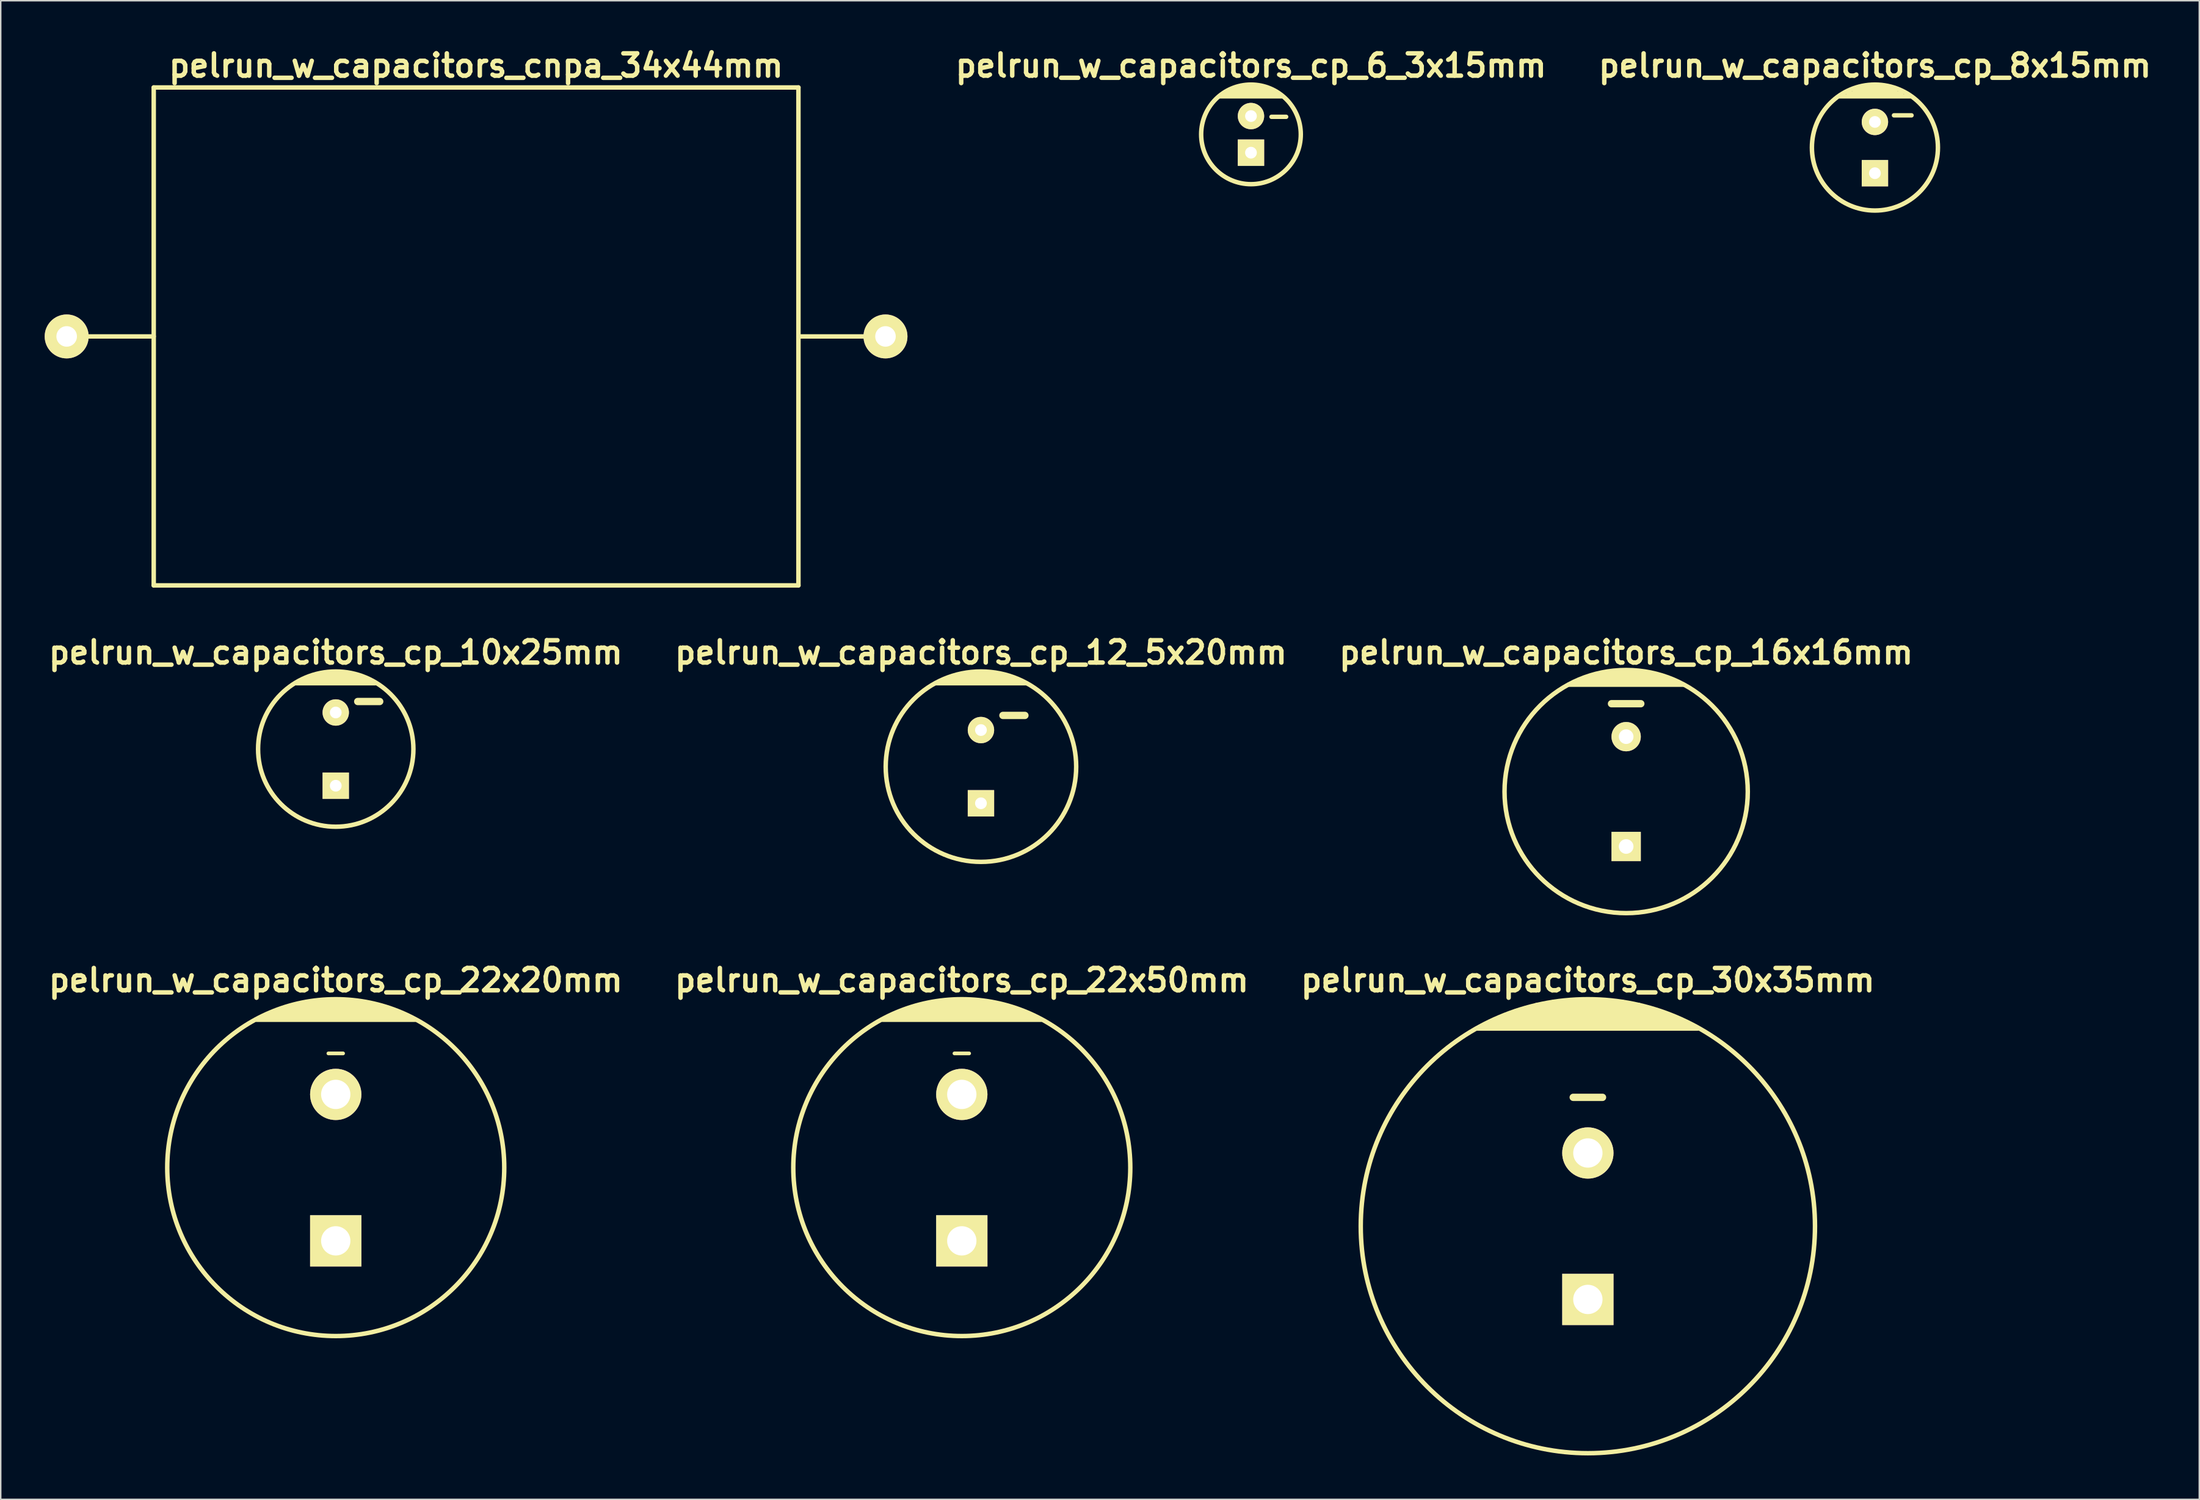
<source format=kicad_pcb>
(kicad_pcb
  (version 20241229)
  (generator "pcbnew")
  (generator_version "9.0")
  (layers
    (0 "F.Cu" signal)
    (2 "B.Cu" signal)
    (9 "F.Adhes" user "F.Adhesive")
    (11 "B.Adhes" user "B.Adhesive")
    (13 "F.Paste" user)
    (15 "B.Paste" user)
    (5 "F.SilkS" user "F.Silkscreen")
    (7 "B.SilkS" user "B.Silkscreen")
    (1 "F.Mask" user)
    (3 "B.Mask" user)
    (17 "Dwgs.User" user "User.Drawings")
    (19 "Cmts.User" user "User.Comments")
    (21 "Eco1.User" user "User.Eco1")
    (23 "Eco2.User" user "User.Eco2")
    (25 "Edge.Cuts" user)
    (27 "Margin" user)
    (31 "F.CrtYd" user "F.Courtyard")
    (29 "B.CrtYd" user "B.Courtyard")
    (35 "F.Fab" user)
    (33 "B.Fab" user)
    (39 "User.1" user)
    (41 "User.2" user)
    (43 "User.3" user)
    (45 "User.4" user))
  (footprint "pelrun_w_capacitors_cp_22x50mm"
    (layer "F.Cu")
    (at 62.588 76.681)
    (property "Reference" "pelrun_w_capacitors_cp_22x50mm" (at 0 -12.8 0) (layer "F.SilkS") (effects (font (size 1.524 1.524) (thickness 0.305))))
    (attr through_hole)
    (fp_line (start -5.4 -10.1) (end 5.4 -10.1) (stroke (width 0.305) (type solid)) (layer "F.SilkS"))
    (fp_line (start -4.5 -10.5) (end 4.5 -10.5) (stroke (width 0.305) (type solid)) (layer "F.SilkS"))
    (fp_line (start -3.5 -10.9) (end 3.5 -10.9) (stroke (width 0.305) (type solid)) (layer "F.SilkS"))
    (fp_line (start -2.9 -11.1) (end 2.9 -11.1) (stroke (width 0.305) (type solid)) (layer "F.SilkS"))
    (fp_line (start -2 -11.3) (end 2 -11.3) (stroke (width 0.305) (type solid)) (layer "F.SilkS"))
    (fp_line (start -0.5 -7.8) (end 0.5 -7.8) (stroke (width 0.254) (type solid)) (layer "F.SilkS"))
    (fp_line (start 4.1 -10.7) (end -4.1 -10.7) (stroke (width 0.305) (type solid)) (layer "F.SilkS"))
    (fp_line (start 5 -10.3) (end -5 -10.3) (stroke (width 0.305) (type solid)) (layer "F.SilkS"))
    (fp_circle (center 0 0) (end -11.5 0) (stroke (width 0.305) (type solid)) (fill no) (layer "F.SilkS"))
    (pad "1" thru_hole rect (at 0 5) (size 3.5 3.5) (drill 2) (layers "*.Cu" "*.Mask" "F.SilkS"))
    (pad "2" thru_hole circle (at 0 -5) (size 3.5 3.5) (drill 2) (layers "*.Cu" "*.Mask" "F.SilkS")))
  (footprint "pelrun_w_capacitors_cp_30x35mm"
    (layer "F.Cu")
    (at 105.314 80.681)
    (property "Reference" "pelrun_w_capacitors_cp_30x35mm" (at 0 -16.8 0) (layer "F.SilkS") (effects (font (size 1.524 1.524) (thickness 0.305))))
    (attr through_hole)
    (fp_line (start -7.6 -13.5) (end 7.5 -13.5) (stroke (width 0.305) (type solid)) (layer "F.SilkS"))
    (fp_line (start -6.8 -13.9) (end 6.8 -13.9) (stroke (width 0.305) (type solid)) (layer "F.SilkS"))
    (fp_line (start -6.4 -14.1) (end 6.4 -14.1) (stroke (width 0.305) (type solid)) (layer "F.SilkS"))
    (fp_line (start -5.4 -14.5) (end 5.4 -14.5) (stroke (width 0.305) (type solid)) (layer "F.SilkS"))
    (fp_line (start -4.9 -14.7) (end 4.9 -14.7) (stroke (width 0.305) (type solid)) (layer "F.SilkS"))
    (fp_line (start -4.2 -14.9) (end 4.2 -14.9) (stroke (width 0.305) (type solid)) (layer "F.SilkS"))
    (fp_line (start -3.5 -15.1) (end 3.5 -15.1) (stroke (width 0.305) (type solid)) (layer "F.SilkS"))
    (fp_line (start -2.4 -15.3) (end 2.4 -15.3) (stroke (width 0.305) (type solid)) (layer "F.SilkS"))
    (fp_line (start -1 -8.8) (end 1 -8.8) (stroke (width 0.5) (type solid)) (layer "F.SilkS"))
    (fp_line (start 5.9 -14.3) (end -5.9 -14.3) (stroke (width 0.305) (type solid)) (layer "F.SilkS"))
    (fp_line (start 7.2 -13.7) (end -7.2 -13.7) (stroke (width 0.305) (type solid)) (layer "F.SilkS"))
    (fp_circle (center 0 0) (end -15.5 0) (stroke (width 0.305) (type solid)) (fill no) (layer "F.SilkS"))
    (pad "1" thru_hole rect (at 0 5) (size 3.5 3.5) (drill 2) (layers "*.Cu" "*.Mask" "F.SilkS"))
    (pad "2" thru_hole circle (at 0 -5) (size 3.5 3.5) (drill 2) (layers "*.Cu" "*.Mask" "F.SilkS")))
  (footprint "pelrun_w_capacitors_cp_12_5x20mm"
    (layer "F.Cu")
    (at 63.895 49.302)
    (property "Reference" "pelrun_w_capacitors_cp_12_5x20mm" (at 0 -7.8 0) (layer "F.SilkS") (effects (font (size 1.524 1.524) (thickness 0.305))))
    (attr through_hole)
    (fp_line (start -3.1 -5.7) (end 3.1 -5.7) (stroke (width 0.305) (type solid)) (layer "F.SilkS"))
    (fp_line (start -1.4 -6.3) (end 1.4 -6.3) (stroke (width 0.305) (type solid)) (layer "F.SilkS"))
    (fp_line (start 1.5 -3.5) (end 3 -3.5) (stroke (width 0.5) (type solid)) (layer "F.SilkS"))
    (fp_line (start 2 -6.1) (end -2 -6.1) (stroke (width 0.305) (type solid)) (layer "F.SilkS"))
    (fp_line (start 2.4 -5.9) (end -2.4 -5.9) (stroke (width 0.305) (type solid)) (layer "F.SilkS"))
    (fp_circle (center 0 0) (end -6.5 0) (stroke (width 0.305) (type solid)) (fill no) (layer "F.SilkS"))
    (pad "1" thru_hole rect (at 0 2.5) (size 1.8 1.8) (drill 0.8) (layers "*.Cu" "*.Mask" "F.SilkS"))
    (pad "2" thru_hole circle (at 0 -2.5) (size 1.8 1.8) (drill 0.8) (layers "*.Cu" "*.Mask" "F.SilkS")))
  (footprint "pelrun_w_capacitors_cp_8x15mm"
    (layer "F.Cu")
    (at 124.904 7.026)
    (property "Reference" "pelrun_w_capacitors_cp_8x15mm" (at 0 -5.6 0) (layer "F.SilkS") (effects (font (size 1.524 1.524) (thickness 0.305))))
    (attr through_hole)
    (fp_line (start -2.4 -3.5) (end 2.4 -3.5) (stroke (width 0.305) (type solid)) (layer "F.SilkS"))
    (fp_line (start -1.8 -3.7) (end 1.8 -3.7) (stroke (width 0.305) (type solid)) (layer "F.SilkS"))
    (fp_line (start -1.4 -3.9) (end 1.4 -3.9) (stroke (width 0.305) (type solid)) (layer "F.SilkS"))
    (fp_line (start -0.8 -4.1) (end 0.9 -4.1) (stroke (width 0.305) (type solid)) (layer "F.SilkS"))
    (fp_line (start 1.3 -2.2) (end 2.5 -2.2) (stroke (width 0.3) (type solid)) (layer "F.SilkS"))
    (fp_circle (center 0 0) (end -4.3 0) (stroke (width 0.305) (type solid)) (fill no) (layer "F.SilkS"))
    (pad "1" thru_hole rect (at 0 1.75) (size 1.8 1.8) (drill 0.8) (layers "*.Cu" "*.Mask" "F.SilkS"))
    (pad "2" thru_hole circle (at 0 -1.75) (size 1.8 1.8) (drill 0.8) (layers "*.Cu" "*.Mask" "F.SilkS")))
  (footprint "pelrun_w_capacitors_cp_6_3x15mm"
    (layer "F.Cu")
    (at 82.323 6.126)
    (property "Reference" "pelrun_w_capacitors_cp_6_3x15mm" (at 0 -4.7 0) (layer "F.SilkS") (effects (font (size 1.524 1.524) (thickness 0.305))))
    (attr through_hole)
    (fp_line (start -2.1 -2.6) (end 2.1 -2.6) (stroke (width 0.305) (type solid)) (layer "F.SilkS"))
    (fp_line (start -1.8 -2.8) (end 1.8 -2.8) (stroke (width 0.305) (type solid)) (layer "F.SilkS"))
    (fp_line (start -1.4 -3) (end 1.4 -3) (stroke (width 0.305) (type solid)) (layer "F.SilkS"))
    (fp_line (start -0.8 -3.2) (end 0.9 -3.2) (stroke (width 0.305) (type solid)) (layer "F.SilkS"))
    (fp_line (start 1.4 -1.2) (end 2.4 -1.2) (stroke (width 0.3) (type solid)) (layer "F.SilkS"))
    (fp_circle (center 0 0) (end -3.4 0) (stroke (width 0.305) (type solid)) (fill no) (layer "F.SilkS"))
    (pad "1" thru_hole rect (at 0 1.25) (size 1.8 1.8) (drill 0.8) (layers "*.Cu" "*.Mask" "F.SilkS"))
    (pad "2" thru_hole circle (at 0 -1.25) (size 1.8 1.8) (drill 0.8) (layers "*.Cu" "*.Mask" "F.SilkS")))
  (footprint "pelrun_w_capacitors_cp_10x25mm"
    (layer "F.Cu")
    (at 19.863 48.102)
    (property "Reference" "pelrun_w_capacitors_cp_10x25mm" (at 0 -6.6 0) (layer "F.SilkS") (effects (font (size 1.524 1.524) (thickness 0.305))))
    (attr through_hole)
    (fp_line (start -2.7 -4.5) (end 2.7 -4.5) (stroke (width 0.305) (type solid)) (layer "F.SilkS"))
    (fp_line (start -1.3 -5.1) (end 1.3 -5.1) (stroke (width 0.305) (type solid)) (layer "F.SilkS"))
    (fp_line (start 1.5 -3.25) (end 3 -3.25) (stroke (width 0.5) (type solid)) (layer "F.SilkS"))
    (fp_line (start 1.9 -4.9) (end -1.9 -4.9) (stroke (width 0.305) (type solid)) (layer "F.SilkS"))
    (fp_line (start 2.3 -4.7) (end -2.3 -4.7) (stroke (width 0.305) (type solid)) (layer "F.SilkS"))
    (fp_circle (center 0 0) (end -5.3 0) (stroke (width 0.305) (type solid)) (fill no) (layer "F.SilkS"))
    (pad "1" thru_hole rect (at 0 2.5) (size 1.8 1.8) (drill 0.8) (layers "*.Cu" "*.Mask" "F.SilkS"))
    (pad "2" thru_hole circle (at 0 -2.5) (size 1.8 1.8) (drill 0.8) (layers "*.Cu" "*.Mask" "F.SilkS")))
  (footprint "pelrun_w_capacitors_cp_16x16mm"
    (layer "F.Cu")
    (at 107.927 51.002)
    (property "Reference" "pelrun_w_capacitors_cp_16x16mm" (at 0 -9.5 0) (layer "F.SilkS") (effects (font (size 1.524 1.524) (thickness 0.305))))
    (attr through_hole)
    (fp_line (start -3.4 -7.5) (end 3.4 -7.5) (stroke (width 0.305) (type solid)) (layer "F.SilkS"))
    (fp_line (start -2.4 -7.9) (end 2.4 -7.9) (stroke (width 0.305) (type solid)) (layer "F.SilkS"))
    (fp_line (start -1.7 -8.1) (end 1.7 -8.1) (stroke (width 0.305) (type solid)) (layer "F.SilkS"))
    (fp_line (start -1 -6) (end 1 -6) (stroke (width 0.5) (type solid)) (layer "F.SilkS"))
    (fp_line (start 3 -7.7) (end -2.9 -7.7) (stroke (width 0.305) (type solid)) (layer "F.SilkS"))
    (fp_line (start 3.9 -7.3) (end -3.9 -7.3) (stroke (width 0.305) (type solid)) (layer "F.SilkS"))
    (fp_circle (center 0 0) (end -8.3 0) (stroke (width 0.305) (type solid)) (fill no) (layer "F.SilkS"))
    (pad "1" thru_hole rect (at 0 3.75) (size 2 2) (drill 1) (layers "*.Cu" "*.Mask" "F.SilkS"))
    (pad "2" thru_hole circle (at 0 -3.75) (size 2 2) (drill 1) (layers "*.Cu" "*.Mask" "F.SilkS")))
  (footprint "pelrun_w_capacitors_cp_22x20mm"
    (layer "F.Cu")
    (at 19.863 76.681)
    (property "Reference" "pelrun_w_capacitors_cp_22x20mm" (at 0 -12.8 0) (layer "F.SilkS") (effects (font (size 1.524 1.524) (thickness 0.305))))
    (attr through_hole)
    (fp_line (start -5.4 -10.1) (end 5.4 -10.1) (stroke (width 0.305) (type solid)) (layer "F.SilkS"))
    (fp_line (start -4.5 -10.5) (end 4.5 -10.5) (stroke (width 0.305) (type solid)) (layer "F.SilkS"))
    (fp_line (start -3.5 -10.9) (end 3.5 -10.9) (stroke (width 0.305) (type solid)) (layer "F.SilkS"))
    (fp_line (start -2.9 -11.1) (end 2.9 -11.1) (stroke (width 0.305) (type solid)) (layer "F.SilkS"))
    (fp_line (start -2 -11.3) (end 2 -11.3) (stroke (width 0.305) (type solid)) (layer "F.SilkS"))
    (fp_line (start -0.5 -7.8) (end 0.5 -7.8) (stroke (width 0.254) (type solid)) (layer "F.SilkS"))
    (fp_line (start 4.1 -10.7) (end -4.1 -10.7) (stroke (width 0.305) (type solid)) (layer "F.SilkS"))
    (fp_line (start 5 -10.3) (end -5 -10.3) (stroke (width 0.305) (type solid)) (layer "F.SilkS"))
    (fp_circle (center 0 0) (end -11.5 0) (stroke (width 0.305) (type solid)) (fill no) (layer "F.SilkS"))
    (pad "1" thru_hole rect (at 0 5) (size 3.5 3.5) (drill 2) (layers "*.Cu" "*.Mask" "F.SilkS"))
    (pad "2" thru_hole circle (at 0 -5) (size 3.5 3.5) (drill 2) (layers "*.Cu" "*.Mask" "F.SilkS")))
  (footprint "pelrun_w_capacitors_cnpa_34x44mm"
    (layer "F.Cu")
    (at 29.44 19.923)
    (property "Reference" "pelrun_w_capacitors_cnpa_34x44mm" (at 0 -18.496 0) (layer "F.SilkS") (effects (font (size 1.524 1.524) (thickness 0.305))))
    (attr through_hole)
    (fp_line (start -21.999 -17) (end -21.999 17) (stroke (width 0.305) (type solid)) (layer "F.SilkS"))
    (fp_line (start -21.999 0) (end -28.001 0) (stroke (width 0.305) (type solid)) (layer "F.SilkS"))
    (fp_line (start -21.999 17) (end 21.999 17) (stroke (width 0.305) (type solid)) (layer "F.SilkS"))
    (fp_line (start 21.999 -17) (end -21.999 -17) (stroke (width 0.305) (type solid)) (layer "F.SilkS"))
    (fp_line (start 21.999 0) (end 28.001 0) (stroke (width 0.305) (type solid)) (layer "F.SilkS"))
    (fp_line (start 21.999 17) (end 21.999 -17) (stroke (width 0.305) (type solid)) (layer "F.SilkS"))
    (pad "1" thru_hole circle (at 27.94 0) (size 3 3) (drill 1.4) (layers "*.Cu" "*.Mask" "F.SilkS"))
    (pad "2" thru_hole circle (at -27.94 0) (size 3 3) (drill 1.4) (layers "*.Cu" "*.Mask" "F.SilkS")))
  (gr_rect
    (start -3 -3)
    (end 147.041 99.333)
    (stroke (width 0.1) (type default))
    (fill no)
    (layer "Edge.Cuts")))
</source>
